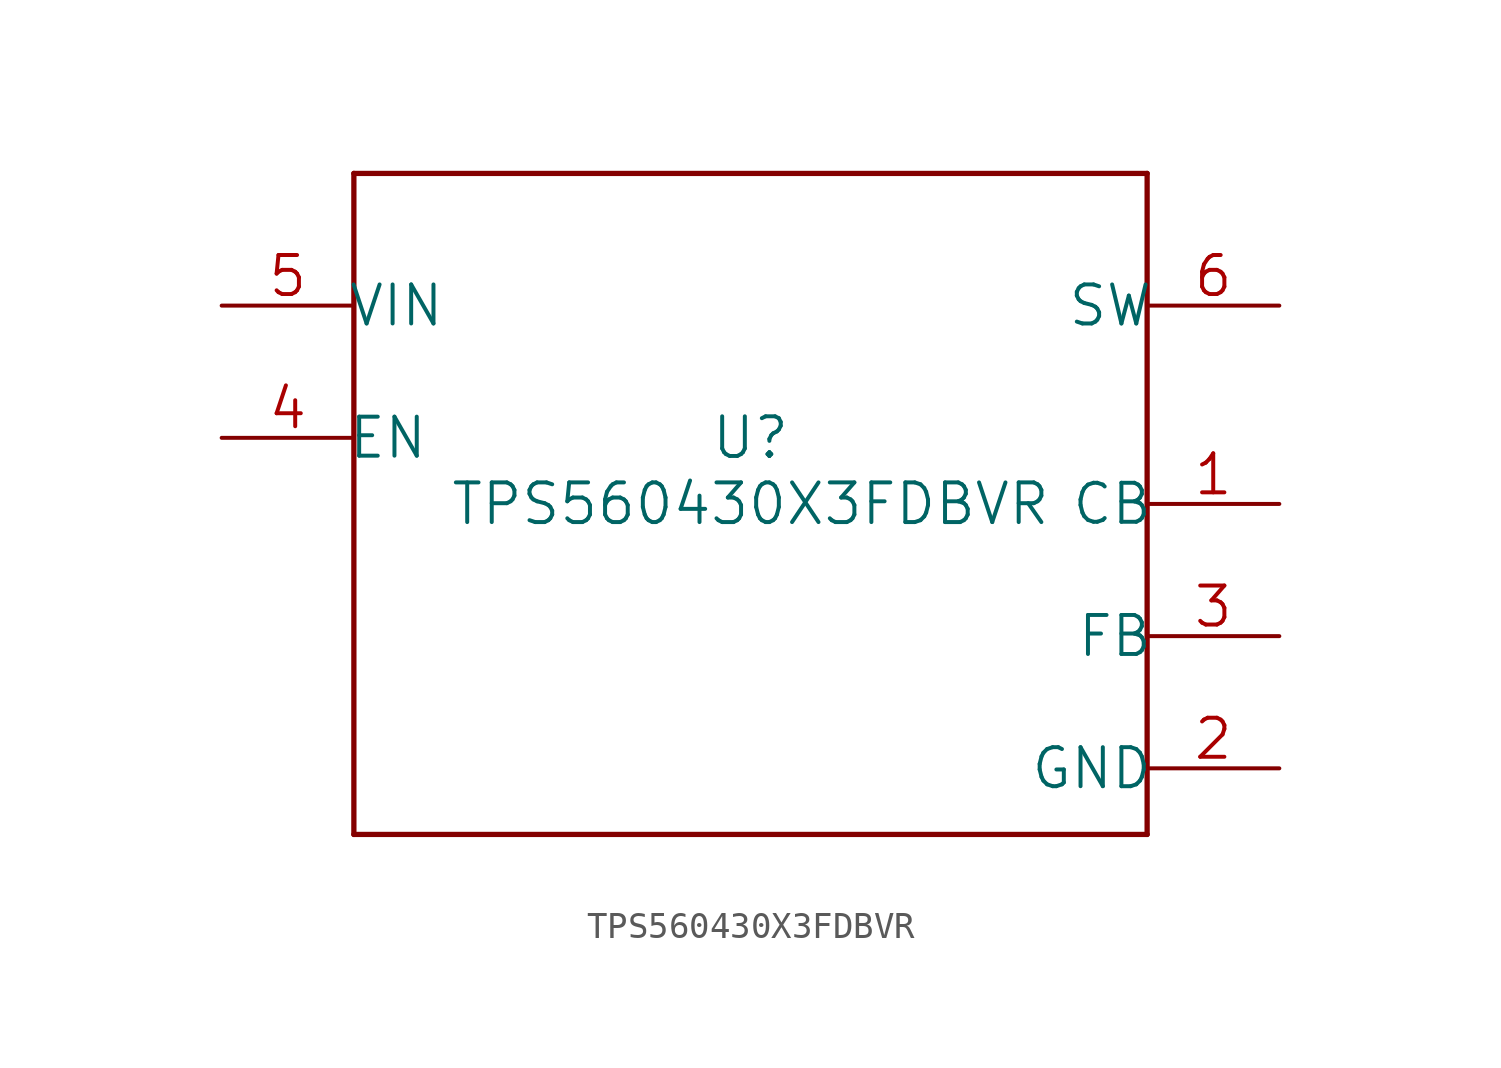
<source format=kicad_sym>
(kicad_symbol_lib
  (version 20220914)
  (generator kicad_symbol_editor)
  (symbol "TPS560430X3FDBVR"
    (pin_names
      (offset -0.254))
    (property "Reference" "U"
      (at 0 2.54 0)
      (effects (font (size 1.524 1.524))))
    (property "Value" "TPS560430X3FDBVR"
      (at 0 0 0)
      (effects (font (size 1.524 1.524))))
    (property "Datasheet" ""
      (at 0 0 0)
      (effects (font (size 1.524 1.524))))
    (property "ki_locked" ""
      (at 0 0 0)
      (effects (font (size 1.27 1.27))))
    (symbol "TPS560430X3FDBVR_1_1"
      (polyline (pts (xy -15.24 -12.7) (xy 15.24 -12.7)) (stroke (width 0.203) (type solid)) (fill (type none)))
      (polyline (pts (xy -15.24 12.7) (xy -15.24 -12.7)) (stroke (width 0.203) (type solid)) (fill (type none)))
      (polyline (pts (xy 15.24 -12.7) (xy 15.24 12.7)) (stroke (width 0.203) (type solid)) (fill (type none)))
      (polyline (pts (xy 15.24 12.7) (xy -15.24 12.7)) (stroke (width 0.203) (type solid)) (fill (type none)))
      (pin power_in line (at 20.32 0 180) (length 5.08) (name "CB" (effects (font (size 1.499 1.499)))) (number "1" (effects (font (size 1.499 1.499)))))
      (pin power_in line (at 20.32 -10.16 180) (length 5.08) (name "GND" (effects (font (size 1.499 1.499)))) (number "2" (effects (font (size 1.499 1.499)))))
      (pin input line (at 20.32 -5.08 180) (length 5.08) (name "FB" (effects (font (size 1.499 1.499)))) (number "3" (effects (font (size 1.499 1.499)))))
      (pin input line (at -20.32 2.54 0) (length 5.08) (name "EN" (effects (font (size 1.499 1.499)))) (number "4" (effects (font (size 1.499 1.499)))))
      (pin power_in line (at -20.32 7.62 0) (length 5.08) (name "VIN" (effects (font (size 1.499 1.499)))) (number "5" (effects (font (size 1.499 1.499)))))
      (pin power_in line (at 20.32 7.62 180) (length 5.08) (name "SW" (effects (font (size 1.499 1.499)))) (number "6" (effects (font (size 1.499 1.499))))))))
</source>
